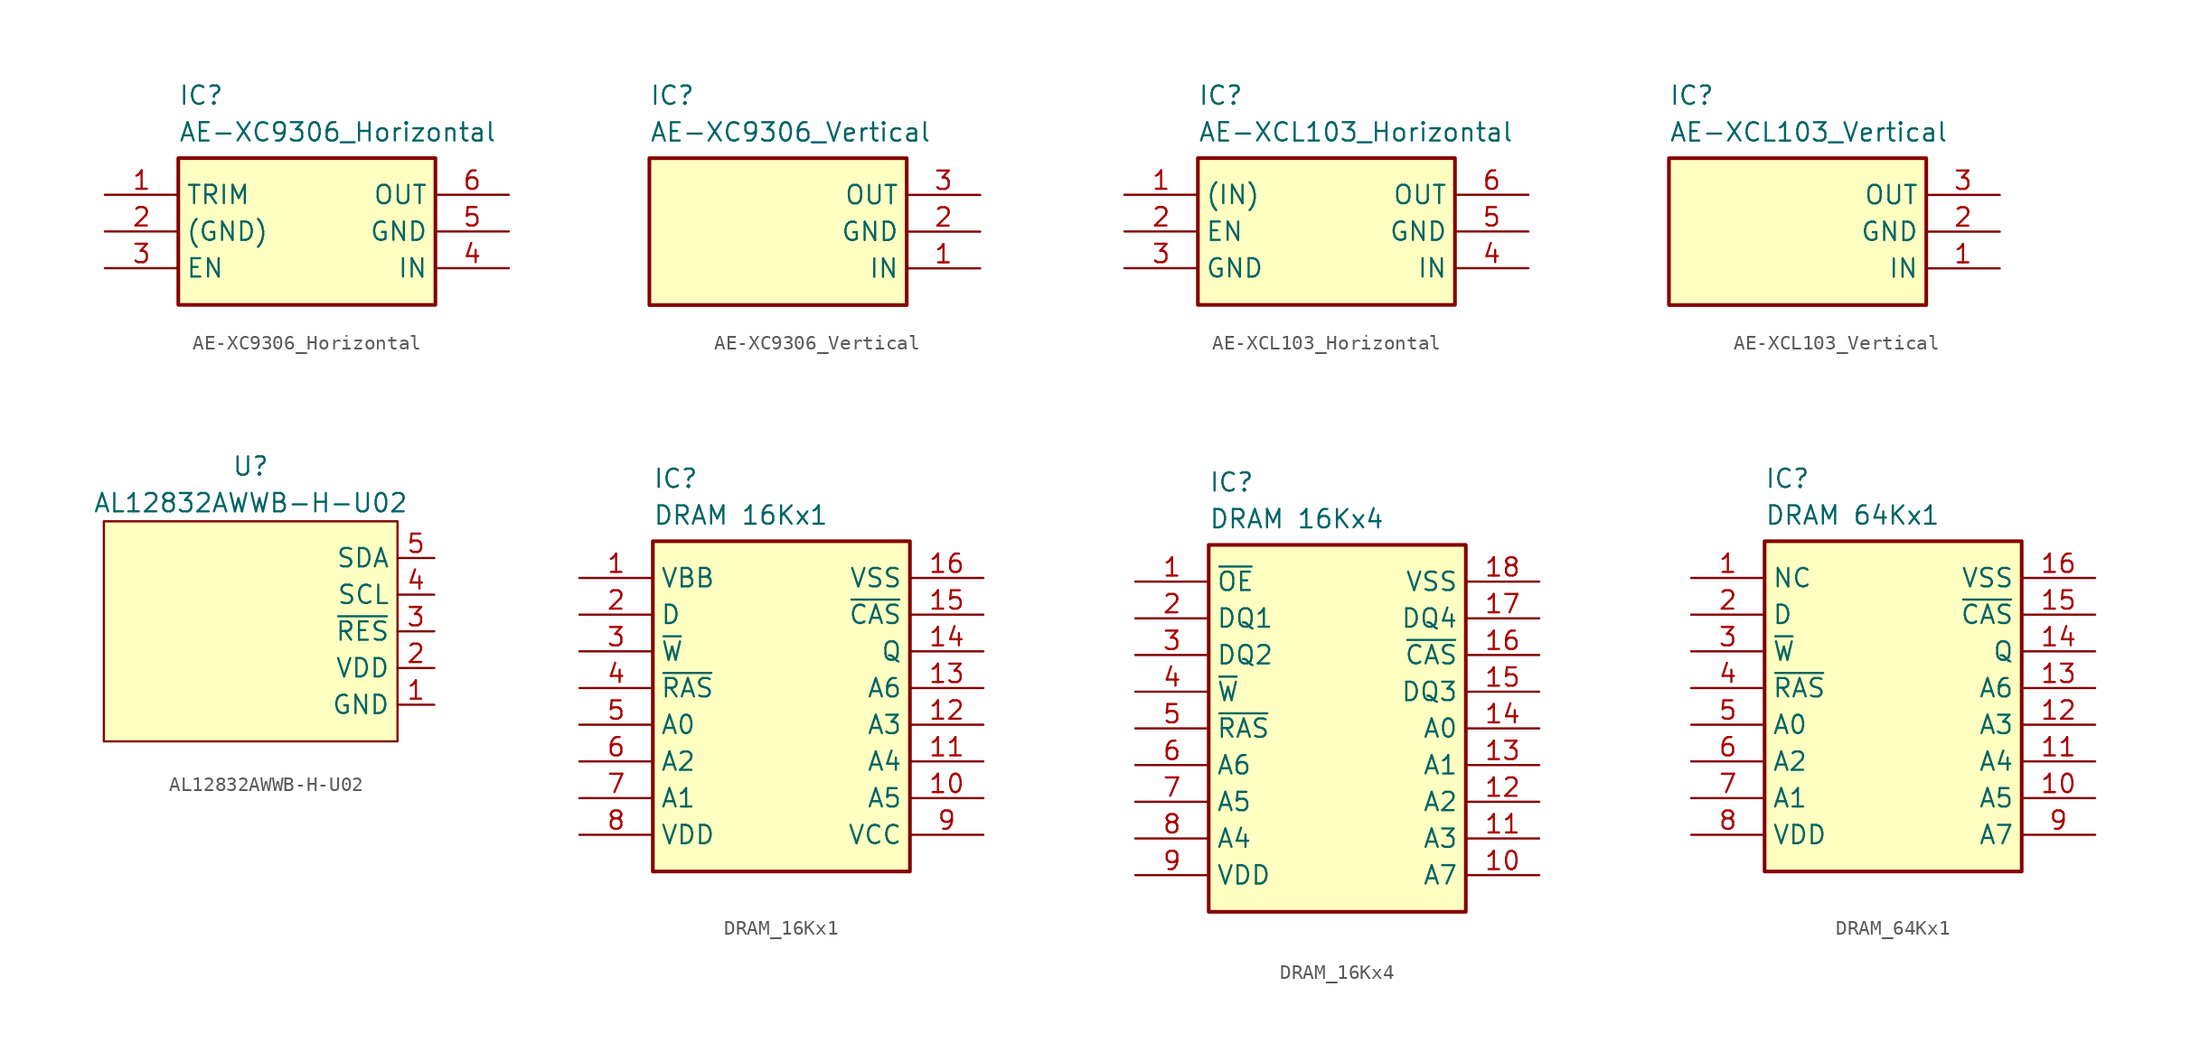
<source format=kicad_sym>
(kicad_symbol_lib
  (version 20220914)
  (generator kicad_symbol_editor)
  (symbol "AE-XC9306_Horizontal"
    (property "Reference" "IC"
      (at -8.89 16.51 0)
      (effects (font (size 1.27 1.27)) (justify left top)))
    (property "Value" "AE-XC9306_Horizontal"
      (at -8.89 13.97 0)
      (effects (font (size 1.27 1.27)) (justify left top)))
    (symbol "AE-XC9306_Horizontal_1_1"
      (rectangle (start -8.89 11.43) (end 8.89 1.27) (stroke (width 0.254) (type default)) (fill (type background)))
      (pin passive line (at -13.97 8.89 0) (length 5.08) (name "TRIM" (effects (font (size 1.27 1.27)))) (number "1" (effects (font (size 1.27 1.27)))))
      (pin input line (at -13.97 6.35 0) (length 5.08) (name "(GND)" (effects (font (size 1.27 1.27)))) (number "2" (effects (font (size 1.27 1.27)))))
      (pin passive line (at -13.97 3.81 0) (length 5.08) (name "EN" (effects (font (size 1.27 1.27)))) (number "3" (effects (font (size 1.27 1.27)))))
      (pin power_in line (at 13.97 3.81 180) (length 5.08) (name "IN" (effects (font (size 1.27 1.27)))) (number "4" (effects (font (size 1.27 1.27)))))
      (pin passive line (at 13.97 6.35 180) (length 5.08) (name "GND" (effects (font (size 1.27 1.27)))) (number "5" (effects (font (size 1.27 1.27)))))
      (pin power_out line (at 13.97 8.89 180) (length 5.08) (name "OUT" (effects (font (size 1.27 1.27)))) (number "6" (effects (font (size 1.27 1.27)))))))
  (symbol "AE-XC9306_Vertical"
    (property "Reference" "IC"
      (at -8.89 16.51 0)
      (effects (font (size 1.27 1.27)) (justify left top)))
    (property "Value" "AE-XC9306_Vertical"
      (at -8.89 13.97 0)
      (effects (font (size 1.27 1.27)) (justify left top)))
    (symbol "AE-XC9306_Vertical_1_1"
      (rectangle (start -8.89 11.43) (end 8.89 1.27) (stroke (width 0.254) (type default)) (fill (type background)))
      (pin power_in line (at 13.97 3.81 180) (length 5.08) (name "IN" (effects (font (size 1.27 1.27)))) (number "1" (effects (font (size 1.27 1.27)))))
      (pin passive line (at 13.97 6.35 180) (length 5.08) (name "GND" (effects (font (size 1.27 1.27)))) (number "2" (effects (font (size 1.27 1.27)))))
      (pin power_out line (at 13.97 8.89 180) (length 5.08) (name "OUT" (effects (font (size 1.27 1.27)))) (number "3" (effects (font (size 1.27 1.27)))))))
  (symbol "AE-XCL103_Horizontal"
    (property "Reference" "IC"
      (at -8.89 16.51 0)
      (effects (font (size 1.27 1.27)) (justify left top)))
    (property "Value" "AE-XCL103_Horizontal"
      (at -8.89 13.97 0)
      (effects (font (size 1.27 1.27)) (justify left top)))
    (symbol "AE-XCL103_Horizontal_1_1"
      (rectangle (start -8.89 11.43) (end 8.89 1.27) (stroke (width 0.254) (type default)) (fill (type background)))
      (pin power_out line (at -13.97 8.89 0) (length 5.08) (name "(IN)" (effects (font (size 1.27 1.27)))) (number "1" (effects (font (size 1.27 1.27)))))
      (pin input line (at -13.97 6.35 0) (length 5.08) (name "EN" (effects (font (size 1.27 1.27)))) (number "2" (effects (font (size 1.27 1.27)))))
      (pin passive line (at -13.97 3.81 0) (length 5.08) (name "GND" (effects (font (size 1.27 1.27)))) (number "3" (effects (font (size 1.27 1.27)))))
      (pin power_in line (at 13.97 3.81 180) (length 5.08) (name "IN" (effects (font (size 1.27 1.27)))) (number "4" (effects (font (size 1.27 1.27)))))
      (pin passive line (at 13.97 6.35 180) (length 5.08) (name "GND" (effects (font (size 1.27 1.27)))) (number "5" (effects (font (size 1.27 1.27)))))
      (pin power_out line (at 13.97 8.89 180) (length 5.08) (name "OUT" (effects (font (size 1.27 1.27)))) (number "6" (effects (font (size 1.27 1.27)))))))
  (symbol "AE-XCL103_Vertical"
    (property "Reference" "IC"
      (at -8.89 16.51 0)
      (effects (font (size 1.27 1.27)) (justify left top)))
    (property "Value" "AE-XCL103_Vertical"
      (at -8.89 13.97 0)
      (effects (font (size 1.27 1.27)) (justify left top)))
    (symbol "AE-XCL103_Vertical_1_1"
      (rectangle (start -8.89 11.43) (end 8.89 1.27) (stroke (width 0.254) (type default)) (fill (type background)))
      (pin power_in line (at 13.97 3.81 180) (length 5.08) (name "IN" (effects (font (size 1.27 1.27)))) (number "1" (effects (font (size 1.27 1.27)))))
      (pin passive line (at 13.97 6.35 180) (length 5.08) (name "GND" (effects (font (size 1.27 1.27)))) (number "2" (effects (font (size 1.27 1.27)))))
      (pin power_out line (at 13.97 8.89 180) (length 5.08) (name "OUT" (effects (font (size 1.27 1.27)))) (number "3" (effects (font (size 1.27 1.27)))))))
  (symbol "AL12832AWWB-H-U02"
    (property "Reference" "U"
      (at 0 11.43 0)
      (effects (font (size 1.27 1.27))))
    (property "Value" "AL12832AWWB-H-U02"
      (at 0 8.89 0)
      (effects (font (size 1.27 1.27))))
    (symbol "AL12832AWWB-H-U02_1_1"
      (rectangle (start -10.16 7.62) (end 10.16 -7.62) (stroke (width 0) (type default)) (fill (type background)))
      (pin power_in line (at 12.7 -5.08 180) (length 2.54) (name "GND" (effects (font (size 1.27 1.27)))) (number "1" (effects (font (size 1.27 1.27)))))
      (pin power_in line (at 12.7 -2.54 180) (length 2.54) (name "VDD" (effects (font (size 1.27 1.27)))) (number "2" (effects (font (size 1.27 1.27)))))
      (pin input line (at 12.7 0 180) (length 2.54) (name "~{RES}" (effects (font (size 1.27 1.27)))) (number "3" (effects (font (size 1.27 1.27)))))
      (pin bidirectional line (at 12.7 2.54 180) (length 2.54) (name "SCL" (effects (font (size 1.27 1.27)))) (number "4" (effects (font (size 1.27 1.27)))))
      (pin bidirectional line (at 12.7 5.08 180) (length 2.54) (name "SDA" (effects (font (size 1.27 1.27)))) (number "5" (effects (font (size 1.27 1.27)))))))
  (symbol "DRAM_16Kx1"
    (property "Reference" "IC"
      (at -8.89 16.51 0)
      (effects (font (size 1.27 1.27)) (justify left top)))
    (property "Value" "DRAM 16Kx1"
      (at -8.89 13.97 0)
      (effects (font (size 1.27 1.27)) (justify left top)))
    (symbol "DRAM_16Kx1_1_1"
      (rectangle (start -8.89 11.43) (end 8.89 -11.43) (stroke (width 0.254) (type default)) (fill (type background)))
      (pin power_in line (at -13.97 8.89 0) (length 5.08) (name "VBB" (effects (font (size 1.27 1.27)))) (number "1" (effects (font (size 1.27 1.27)))))
      (pin passive line (at 13.97 -6.35 180) (length 5.08) (name "A5" (effects (font (size 1.27 1.27)))) (number "10" (effects (font (size 1.27 1.27)))))
      (pin passive line (at 13.97 -3.81 180) (length 5.08) (name "A4" (effects (font (size 1.27 1.27)))) (number "11" (effects (font (size 1.27 1.27)))))
      (pin passive line (at 13.97 -1.27 180) (length 5.08) (name "A3" (effects (font (size 1.27 1.27)))) (number "12" (effects (font (size 1.27 1.27)))))
      (pin passive line (at 13.97 1.27 180) (length 5.08) (name "A6" (effects (font (size 1.27 1.27)))) (number "13" (effects (font (size 1.27 1.27)))))
      (pin passive line (at 13.97 3.81 180) (length 5.08) (name "Q" (effects (font (size 1.27 1.27)))) (number "14" (effects (font (size 1.27 1.27)))))
      (pin passive line (at 13.97 6.35 180) (length 5.08) (name "~{CAS}" (effects (font (size 1.27 1.27)))) (number "15" (effects (font (size 1.27 1.27)))))
      (pin power_in line (at 13.97 8.89 180) (length 5.08) (name "VSS" (effects (font (size 1.27 1.27)))) (number "16" (effects (font (size 1.27 1.27)))))
      (pin passive line (at -13.97 6.35 0) (length 5.08) (name "D" (effects (font (size 1.27 1.27)))) (number "2" (effects (font (size 1.27 1.27)))))
      (pin passive line (at -13.97 3.81 0) (length 5.08) (name "~{W}" (effects (font (size 1.27 1.27)))) (number "3" (effects (font (size 1.27 1.27)))))
      (pin passive line (at -13.97 1.27 0) (length 5.08) (name "~{RAS}" (effects (font (size 1.27 1.27)))) (number "4" (effects (font (size 1.27 1.27)))))
      (pin passive line (at -13.97 -1.27 0) (length 5.08) (name "A0" (effects (font (size 1.27 1.27)))) (number "5" (effects (font (size 1.27 1.27)))))
      (pin passive line (at -13.97 -3.81 0) (length 5.08) (name "A2" (effects (font (size 1.27 1.27)))) (number "6" (effects (font (size 1.27 1.27)))))
      (pin passive line (at -13.97 -6.35 0) (length 5.08) (name "A1" (effects (font (size 1.27 1.27)))) (number "7" (effects (font (size 1.27 1.27)))))
      (pin power_in line (at -13.97 -8.89 0) (length 5.08) (name "VDD" (effects (font (size 1.27 1.27)))) (number "8" (effects (font (size 1.27 1.27)))))
      (pin power_in line (at 13.97 -8.89 180) (length 5.08) (name "VCC" (effects (font (size 1.27 1.27)))) (number "9" (effects (font (size 1.27 1.27)))))))
  (symbol "DRAM_16Kx4"
    (property "Reference" "IC"
      (at -8.89 17.78 0)
      (effects (font (size 1.27 1.27)) (justify left top)))
    (property "Value" "DRAM 16Kx4"
      (at -8.89 15.24 0)
      (effects (font (size 1.27 1.27)) (justify left top)))
    (symbol "DRAM_16Kx4_1_1"
      (rectangle (start -8.89 12.7) (end 8.89 -12.7) (stroke (width 0.254) (type default)) (fill (type background)))
      (pin passive line (at -13.97 10.16 0) (length 5.08) (name "~{OE}" (effects (font (size 1.27 1.27)))) (number "1" (effects (font (size 1.27 1.27)))))
      (pin passive line (at 13.97 -10.16 180) (length 5.08) (name "A7" (effects (font (size 1.27 1.27)))) (number "10" (effects (font (size 1.27 1.27)))))
      (pin passive line (at 13.97 -7.62 180) (length 5.08) (name "A3" (effects (font (size 1.27 1.27)))) (number "11" (effects (font (size 1.27 1.27)))))
      (pin passive line (at 13.97 -5.08 180) (length 5.08) (name "A2" (effects (font (size 1.27 1.27)))) (number "12" (effects (font (size 1.27 1.27)))))
      (pin passive line (at 13.97 -2.54 180) (length 5.08) (name "A1" (effects (font (size 1.27 1.27)))) (number "13" (effects (font (size 1.27 1.27)))))
      (pin passive line (at 13.97 0 180) (length 5.08) (name "A0" (effects (font (size 1.27 1.27)))) (number "14" (effects (font (size 1.27 1.27)))))
      (pin passive line (at 13.97 2.54 180) (length 5.08) (name "DQ3" (effects (font (size 1.27 1.27)))) (number "15" (effects (font (size 1.27 1.27)))))
      (pin passive line (at 13.97 5.08 180) (length 5.08) (name "~{CAS}" (effects (font (size 1.27 1.27)))) (number "16" (effects (font (size 1.27 1.27)))))
      (pin passive line (at 13.97 7.62 180) (length 5.08) (name "DQ4" (effects (font (size 1.27 1.27)))) (number "17" (effects (font (size 1.27 1.27)))))
      (pin power_in line (at 13.97 10.16 180) (length 5.08) (name "VSS" (effects (font (size 1.27 1.27)))) (number "18" (effects (font (size 1.27 1.27)))))
      (pin passive line (at -13.97 7.62 0) (length 5.08) (name "DQ1" (effects (font (size 1.27 1.27)))) (number "2" (effects (font (size 1.27 1.27)))))
      (pin passive line (at -13.97 5.08 0) (length 5.08) (name "DQ2" (effects (font (size 1.27 1.27)))) (number "3" (effects (font (size 1.27 1.27)))))
      (pin passive line (at -13.97 2.54 0) (length 5.08) (name "~{W}" (effects (font (size 1.27 1.27)))) (number "4" (effects (font (size 1.27 1.27)))))
      (pin passive line (at -13.97 0 0) (length 5.08) (name "~{RAS}" (effects (font (size 1.27 1.27)))) (number "5" (effects (font (size 1.27 1.27)))))
      (pin passive line (at -13.97 -2.54 0) (length 5.08) (name "A6" (effects (font (size 1.27 1.27)))) (number "6" (effects (font (size 1.27 1.27)))))
      (pin passive line (at -13.97 -5.08 0) (length 5.08) (name "A5" (effects (font (size 1.27 1.27)))) (number "7" (effects (font (size 1.27 1.27)))))
      (pin passive line (at -13.97 -7.62 0) (length 5.08) (name "A4" (effects (font (size 1.27 1.27)))) (number "8" (effects (font (size 1.27 1.27)))))
      (pin power_in line (at -13.97 -10.16 0) (length 5.08) (name "VDD" (effects (font (size 1.27 1.27)))) (number "9" (effects (font (size 1.27 1.27)))))))
  (symbol "DRAM_64Kx1"
    (property "Reference" "IC"
      (at -8.89 16.51 0)
      (effects (font (size 1.27 1.27)) (justify left top)))
    (property "Value" "DRAM 64Kx1"
      (at -8.89 13.97 0)
      (effects (font (size 1.27 1.27)) (justify left top)))
    (symbol "DRAM_64Kx1_1_1"
      (rectangle (start -8.89 11.43) (end 8.89 -11.43) (stroke (width 0.254) (type default)) (fill (type background)))
      (pin passive line (at -13.97 8.89 0) (length 5.08) (name "NC" (effects (font (size 1.27 1.27)))) (number "1" (effects (font (size 1.27 1.27)))))
      (pin passive line (at 13.97 -6.35 180) (length 5.08) (name "A5" (effects (font (size 1.27 1.27)))) (number "10" (effects (font (size 1.27 1.27)))))
      (pin passive line (at 13.97 -3.81 180) (length 5.08) (name "A4" (effects (font (size 1.27 1.27)))) (number "11" (effects (font (size 1.27 1.27)))))
      (pin passive line (at 13.97 -1.27 180) (length 5.08) (name "A3" (effects (font (size 1.27 1.27)))) (number "12" (effects (font (size 1.27 1.27)))))
      (pin passive line (at 13.97 1.27 180) (length 5.08) (name "A6" (effects (font (size 1.27 1.27)))) (number "13" (effects (font (size 1.27 1.27)))))
      (pin passive line (at 13.97 3.81 180) (length 5.08) (name "Q" (effects (font (size 1.27 1.27)))) (number "14" (effects (font (size 1.27 1.27)))))
      (pin passive line (at 13.97 6.35 180) (length 5.08) (name "~{CAS}" (effects (font (size 1.27 1.27)))) (number "15" (effects (font (size 1.27 1.27)))))
      (pin power_in line (at 13.97 8.89 180) (length 5.08) (name "VSS" (effects (font (size 1.27 1.27)))) (number "16" (effects (font (size 1.27 1.27)))))
      (pin passive line (at -13.97 6.35 0) (length 5.08) (name "D" (effects (font (size 1.27 1.27)))) (number "2" (effects (font (size 1.27 1.27)))))
      (pin passive line (at -13.97 3.81 0) (length 5.08) (name "~{W}" (effects (font (size 1.27 1.27)))) (number "3" (effects (font (size 1.27 1.27)))))
      (pin passive line (at -13.97 1.27 0) (length 5.08) (name "~{RAS}" (effects (font (size 1.27 1.27)))) (number "4" (effects (font (size 1.27 1.27)))))
      (pin passive line (at -13.97 -1.27 0) (length 5.08) (name "A0" (effects (font (size 1.27 1.27)))) (number "5" (effects (font (size 1.27 1.27)))))
      (pin passive line (at -13.97 -3.81 0) (length 5.08) (name "A2" (effects (font (size 1.27 1.27)))) (number "6" (effects (font (size 1.27 1.27)))))
      (pin passive line (at -13.97 -6.35 0) (length 5.08) (name "A1" (effects (font (size 1.27 1.27)))) (number "7" (effects (font (size 1.27 1.27)))))
      (pin power_in line (at -13.97 -8.89 0) (length 5.08) (name "VDD" (effects (font (size 1.27 1.27)))) (number "8" (effects (font (size 1.27 1.27)))))
      (pin passive line (at 13.97 -8.89 180) (length 5.08) (name "A7" (effects (font (size 1.27 1.27)))) (number "9" (effects (font (size 1.27 1.27))))))))
</source>
